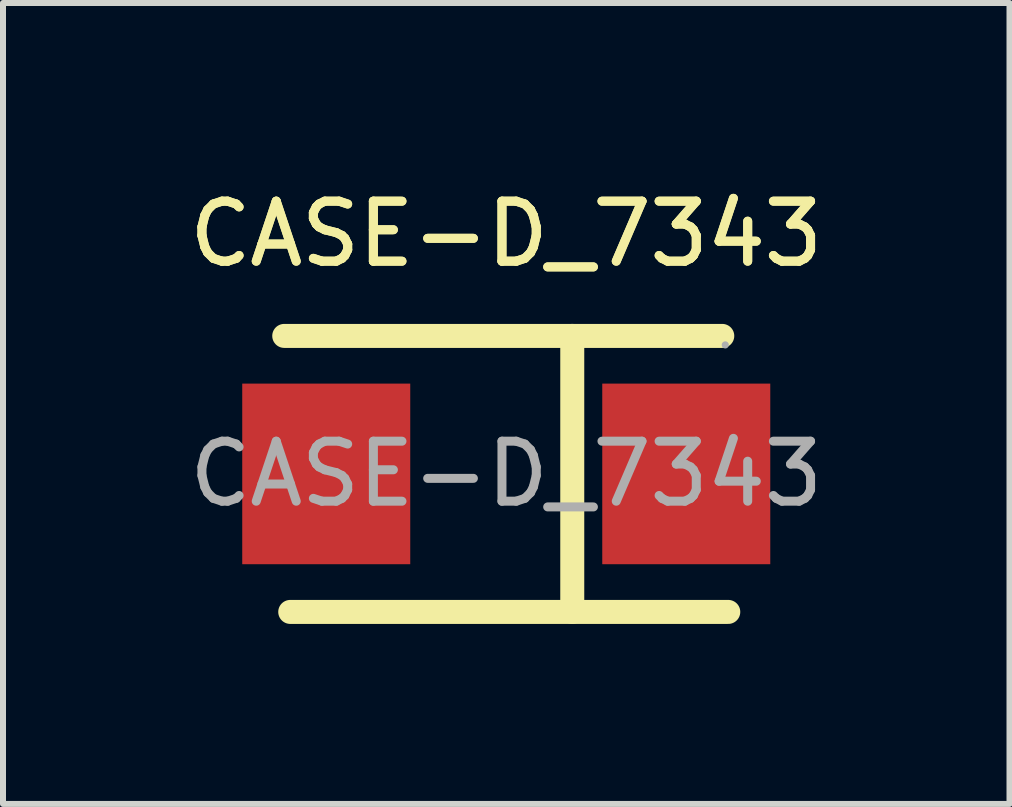
<source format=kicad_pcb>
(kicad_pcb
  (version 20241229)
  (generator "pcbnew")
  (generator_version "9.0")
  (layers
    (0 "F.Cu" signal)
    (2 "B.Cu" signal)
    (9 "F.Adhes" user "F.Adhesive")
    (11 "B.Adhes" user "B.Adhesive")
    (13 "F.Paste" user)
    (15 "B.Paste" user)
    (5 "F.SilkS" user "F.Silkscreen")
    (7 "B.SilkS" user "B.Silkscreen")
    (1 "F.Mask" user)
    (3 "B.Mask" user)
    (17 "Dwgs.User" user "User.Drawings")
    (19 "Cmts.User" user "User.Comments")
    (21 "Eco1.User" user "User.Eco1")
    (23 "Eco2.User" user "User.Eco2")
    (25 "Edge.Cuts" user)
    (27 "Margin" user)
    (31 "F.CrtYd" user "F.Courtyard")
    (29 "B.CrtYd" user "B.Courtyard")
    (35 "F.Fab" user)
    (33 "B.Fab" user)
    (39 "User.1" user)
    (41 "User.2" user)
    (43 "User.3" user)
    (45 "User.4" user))
  (footprint "CASE-D_7343"
    (layer "F.Cu")
    (at 5.387 4.848)
    (property "Reference" "CASE-D_7343" (at 0 -4 0) (layer "F.SilkS") (effects (font (size 1 1) (thickness 0.15))))
    (attr smd)
    (fp_line (start -3.7 -2.3) (end 3.6 -2.3) (stroke (width 0.4) (type solid)) (layer "F.SilkS"))
    (fp_line (start 1.1 2.3) (end 1.1 -2.3) (stroke (width 0.4) (type solid)) (layer "F.SilkS"))
    (fp_line (start 3.7 2.3) (end -3.6 2.3) (stroke (width 0.4) (type solid)) (layer "F.SilkS"))
    (fp_circle (center 3.65 -2.15) (end 3.68 -2.15) (stroke (width 0.06) (type solid)) (fill no) (layer "F.Fab"))
    (fp_text user "${REFERENCE}" (at 0 -4 0) (layer "F.SilkS") (effects (font (size 1 1) (thickness 0.15))))
    (fp_text user "${REFERENCE}" (at 0 0 0) (layer "F.Fab") (effects (font (size 1 1) (thickness 0.15))))
    (pad "1" smd rect (at 3 0 180) (size 2.8 3.01) (layers "F.Cu" "F.Mask" "F.Paste"))
    (pad "2" smd rect (at -3 0 180) (size 2.8 3.01) (layers "F.Cu" "F.Mask" "F.Paste")))
  (gr_rect
    (start -3 -3)
    (end 13.774 10.348)
    (stroke (width 0.1) (type default))
    (fill no)
    (layer "Edge.Cuts")))
</source>
